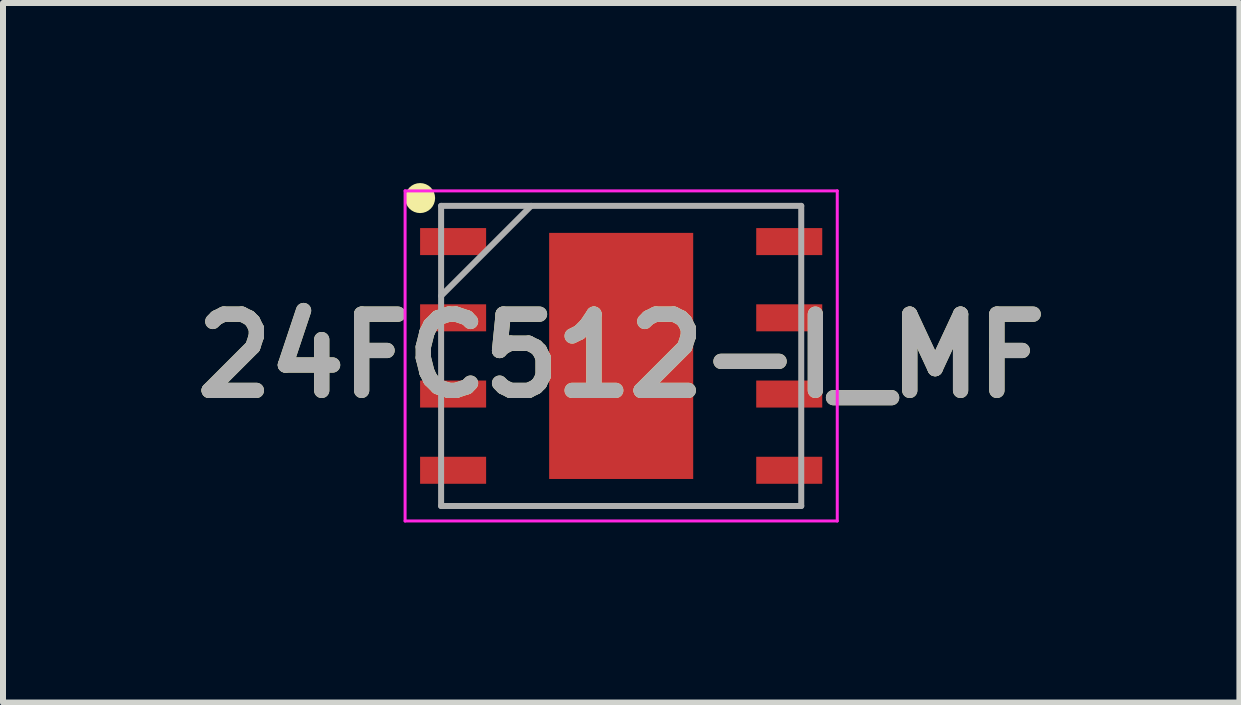
<source format=kicad_pcb>
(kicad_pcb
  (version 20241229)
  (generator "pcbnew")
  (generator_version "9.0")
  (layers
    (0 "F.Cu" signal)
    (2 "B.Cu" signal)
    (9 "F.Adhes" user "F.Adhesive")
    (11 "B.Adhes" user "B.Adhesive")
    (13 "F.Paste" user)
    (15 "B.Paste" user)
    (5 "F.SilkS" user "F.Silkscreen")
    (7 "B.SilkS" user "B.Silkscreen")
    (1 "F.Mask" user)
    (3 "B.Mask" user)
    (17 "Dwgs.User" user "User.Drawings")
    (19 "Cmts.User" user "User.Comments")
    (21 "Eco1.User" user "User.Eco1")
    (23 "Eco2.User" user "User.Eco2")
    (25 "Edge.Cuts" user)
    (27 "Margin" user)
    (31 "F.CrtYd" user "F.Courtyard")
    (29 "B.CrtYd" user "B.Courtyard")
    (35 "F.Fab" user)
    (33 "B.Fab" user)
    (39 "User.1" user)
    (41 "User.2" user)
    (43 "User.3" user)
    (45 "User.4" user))
  (footprint "24FC512-I_MF"
    (layer "F.Cu")
    (at 7.299 2.88)
    (property "Reference" "24FC512-I_MF" (at 0 0 0) (layer "F.SilkS") (effects (font (size 1.27 1.27) (thickness 0.254))))
    (attr smd)
    (fp_circle (center -3.35 -2.63) (end -3.35 -2.505) (stroke (width 0.25) (type solid)) (fill no) (layer "F.SilkS"))
    (fp_line (start -3.6 -2.75) (end 3.6 -2.75) (stroke (width 0.05) (type solid)) (layer "F.CrtYd"))
    (fp_line (start -3.6 2.75) (end -3.6 -2.75) (stroke (width 0.05) (type solid)) (layer "F.CrtYd"))
    (fp_line (start 3.6 -2.75) (end 3.6 2.75) (stroke (width 0.05) (type solid)) (layer "F.CrtYd"))
    (fp_line (start 3.6 2.75) (end -3.6 2.75) (stroke (width 0.05) (type solid)) (layer "F.CrtYd"))
    (fp_line (start -3 -2.5) (end 3 -2.5) (stroke (width 0.1) (type solid)) (layer "F.Fab"))
    (fp_line (start -3 -1) (end -1.5 -2.5) (stroke (width 0.1) (type solid)) (layer "F.Fab"))
    (fp_line (start -3 2.5) (end -3 -2.5) (stroke (width 0.1) (type solid)) (layer "F.Fab"))
    (fp_line (start 3 -2.5) (end 3 2.5) (stroke (width 0.1) (type solid)) (layer "F.Fab"))
    (fp_line (start 3 2.5) (end -3 2.5) (stroke (width 0.1) (type solid)) (layer "F.Fab"))
    (fp_text user "${REFERENCE}" (at 0 0 0) (layer "F.Fab") (effects (font (size 1.27 1.27) (thickness 0.254))))
    (pad "1" smd rect (at -2.8 -1.905 90) (size 0.45 1.1) (layers "F.Cu" "F.Mask" "F.Paste"))
    (pad "2" smd rect (at -2.8 -0.635 90) (size 0.45 1.1) (layers "F.Cu" "F.Mask" "F.Paste"))
    (pad "3" smd rect (at -2.8 0.635 90) (size 0.45 1.1) (layers "F.Cu" "F.Mask" "F.Paste"))
    (pad "4" smd rect (at -2.8 1.905 90) (size 0.45 1.1) (layers "F.Cu" "F.Mask" "F.Paste"))
    (pad "5" smd rect (at 2.8 1.905 90) (size 0.45 1.1) (layers "F.Cu" "F.Mask" "F.Paste"))
    (pad "6" smd rect (at 2.8 0.635 90) (size 0.45 1.1) (layers "F.Cu" "F.Mask" "F.Paste"))
    (pad "7" smd rect (at 2.8 -0.635 90) (size 0.45 1.1) (layers "F.Cu" "F.Mask" "F.Paste"))
    (pad "8" smd rect (at 2.8 -1.905 90) (size 0.45 1.1) (layers "F.Cu" "F.Mask" "F.Paste"))
    (pad "9" smd rect (at 0 0) (size 2.4 4.1) (layers "F.Cu" "F.Mask" "F.Paste")))
  (gr_rect
    (start -3 -3)
    (end 17.599 8.655)
    (stroke (width 0.1) (type default))
    (fill no)
    (layer "Edge.Cuts")))
</source>
